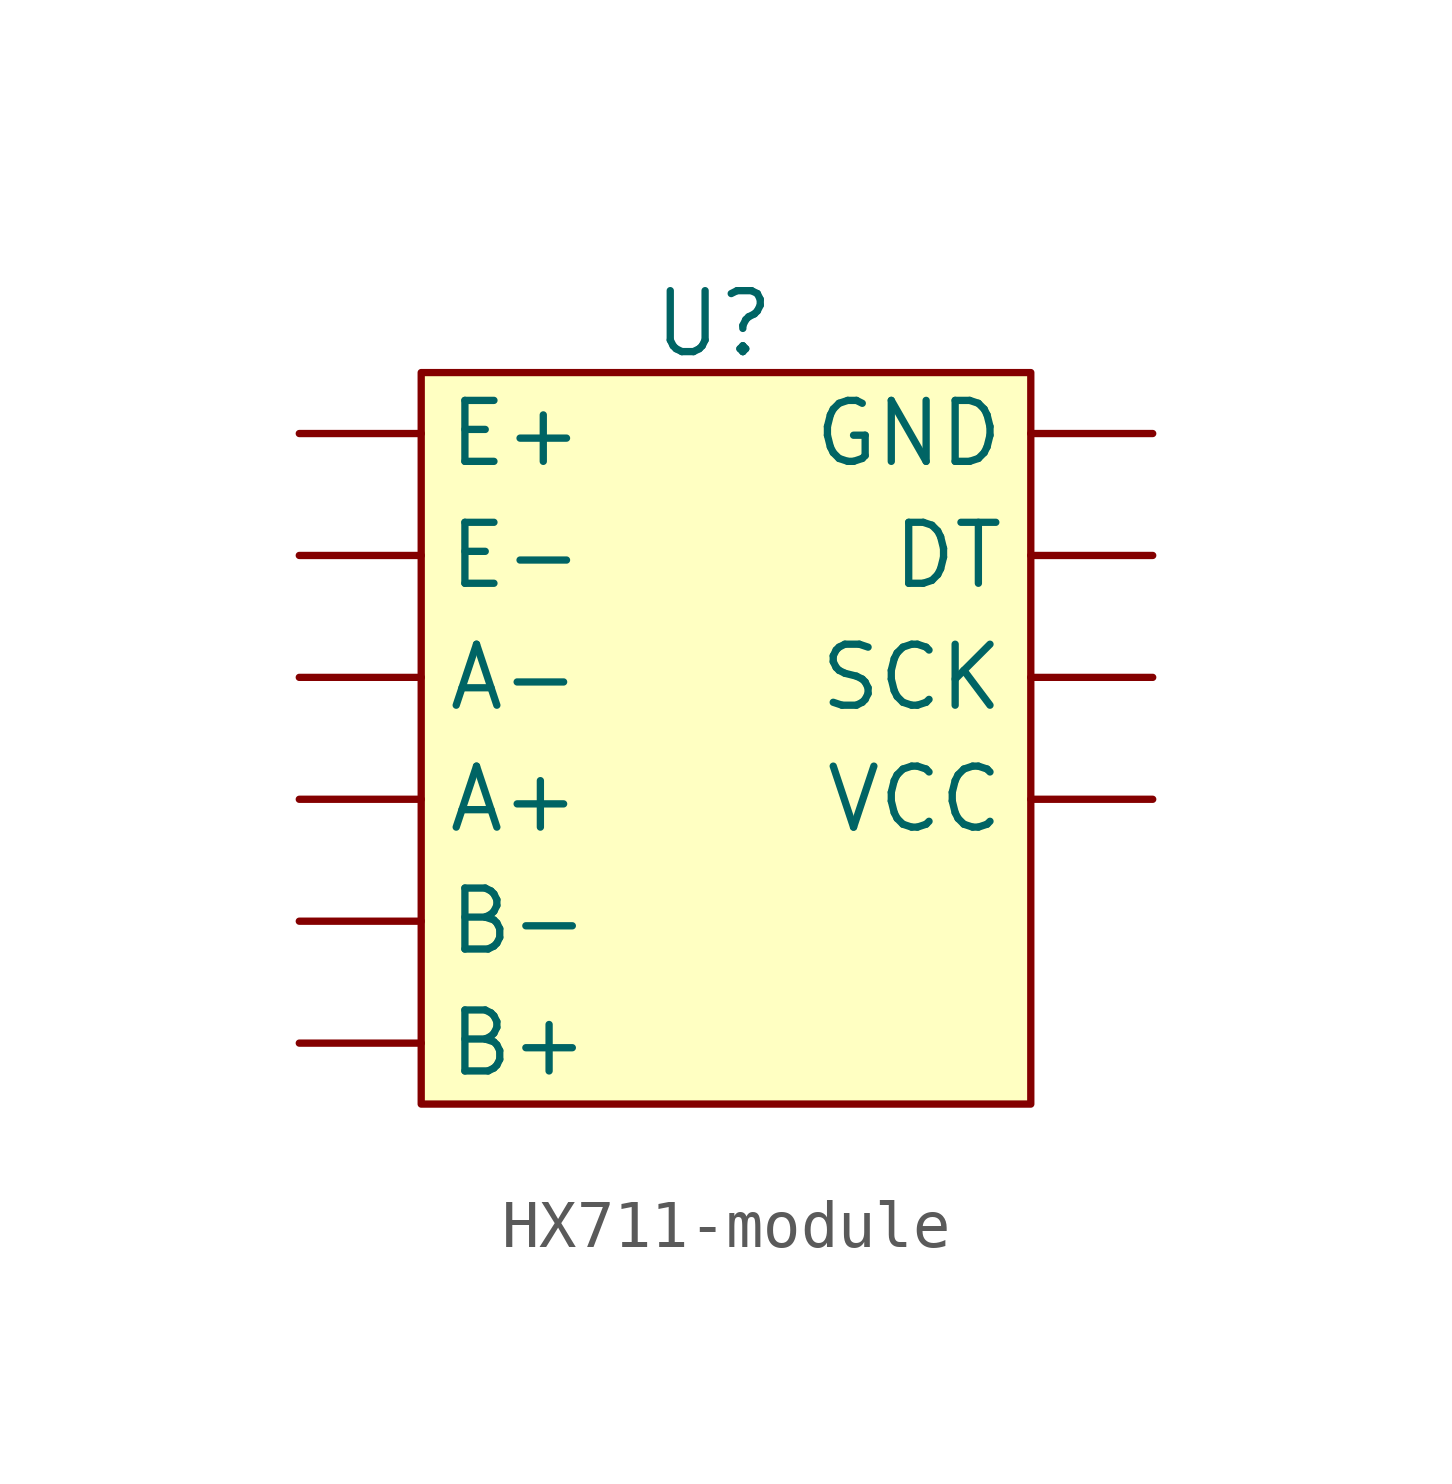
<source format=kicad_sym>
(kicad_symbol_lib
  (version 20241209)
  (generator "kicad_symbol_editor")
  (generator_version "9.0")
  (symbol "HX711-module"
    (property "Reference" "U"
      (at -0.254 8.636 0)
      (effects (font (size 1.27 1.27))))
    (property "Value" ""
      (at -2.54 2.54 0)
      (effects (font (size 1.27 1.27))))
    (symbol "HX711-module_1_1"
      (rectangle (start -6.35 7.62) (end 6.35 -7.62) (stroke (width 0) (type solid)) (fill (type background)))
      (pin input line (at -8.89 6.35 0) (length 2.54) (name "E+" (effects (font (size 1.27 1.27)))) (number "" (effects (font (size 1.27 1.27)))))
      (pin input line (at -8.89 3.81 0) (length 2.54) (name "E-" (effects (font (size 1.27 1.27)))) (number "" (effects (font (size 1.27 1.27)))))
      (pin input line (at -8.89 1.27 0) (length 2.54) (name "A-" (effects (font (size 1.27 1.27)))) (number "" (effects (font (size 1.27 1.27)))))
      (pin input line (at -8.89 -1.27 0) (length 2.54) (name "A+" (effects (font (size 1.27 1.27)))) (number "" (effects (font (size 1.27 1.27)))))
      (pin input line (at -8.89 -3.81 0) (length 2.54) (name "B-" (effects (font (size 1.27 1.27)))) (number "" (effects (font (size 1.27 1.27)))))
      (pin input line (at -8.89 -6.35 0) (length 2.54) (name "B+" (effects (font (size 1.27 1.27)))) (number "" (effects (font (size 1.27 1.27)))))
      (pin input line (at 8.89 6.35 180) (length 2.54) (name "GND" (effects (font (size 1.27 1.27)))) (number "" (effects (font (size 1.27 1.27)))))
      (pin input line (at 8.89 3.81 180) (length 2.54) (name "DT" (effects (font (size 1.27 1.27)))) (number "" (effects (font (size 1.27 1.27)))))
      (pin input line (at 8.89 1.27 180) (length 2.54) (name "SCK" (effects (font (size 1.27 1.27)))) (number "" (effects (font (size 1.27 1.27)))))
      (pin input line (at 8.89 -1.27 180) (length 2.54) (name "VCC" (effects (font (size 1.27 1.27)))) (number "" (effects (font (size 1.27 1.27))))))))
</source>
